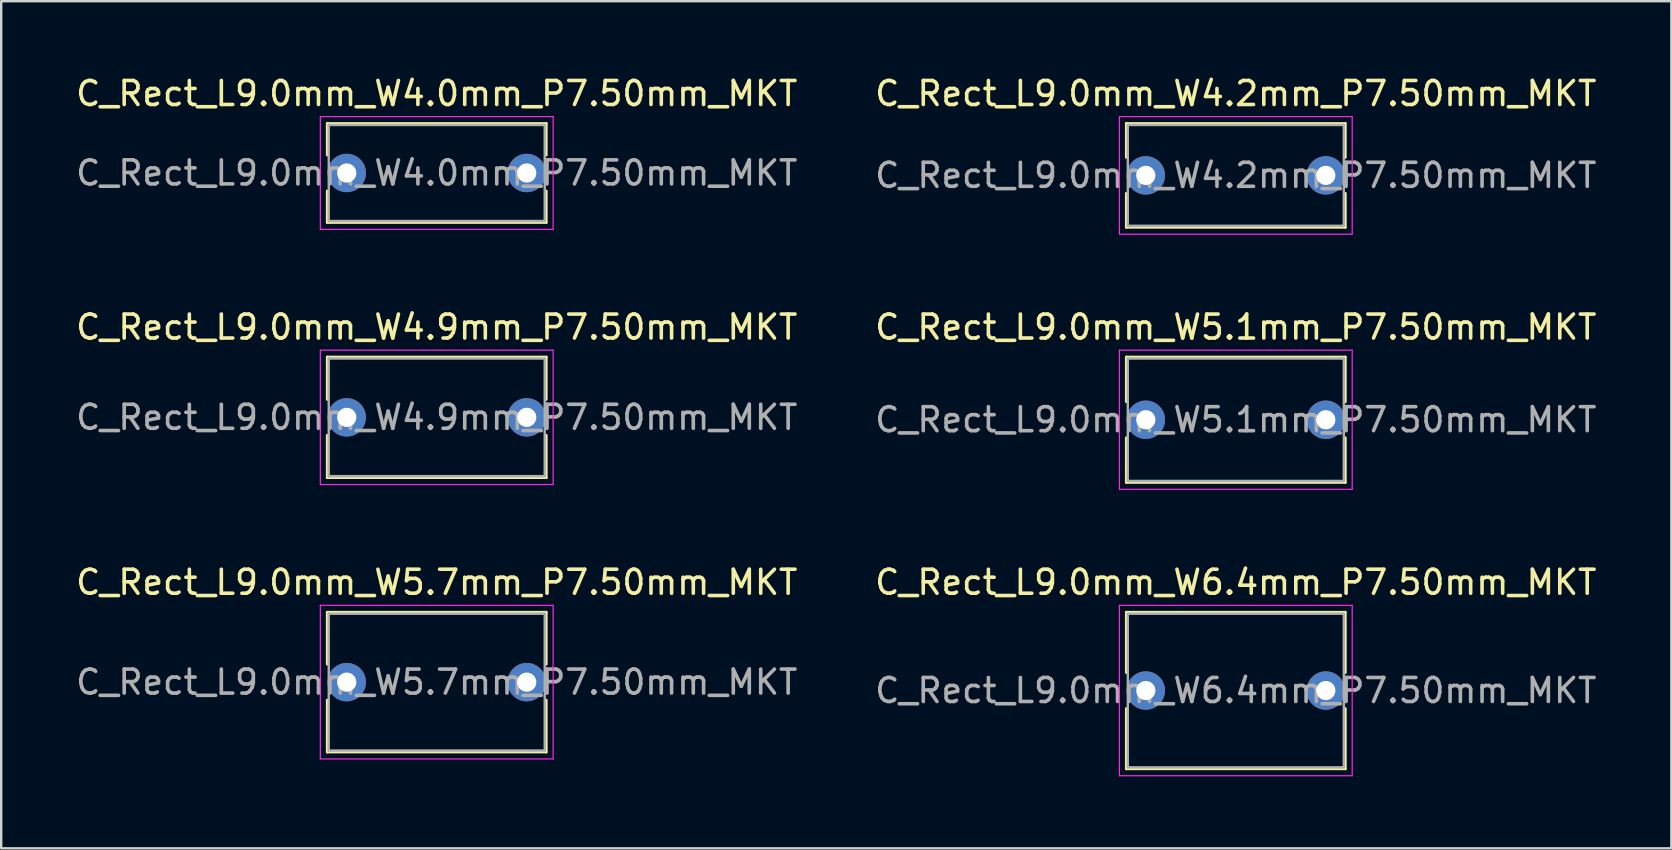
<source format=kicad_pcb>
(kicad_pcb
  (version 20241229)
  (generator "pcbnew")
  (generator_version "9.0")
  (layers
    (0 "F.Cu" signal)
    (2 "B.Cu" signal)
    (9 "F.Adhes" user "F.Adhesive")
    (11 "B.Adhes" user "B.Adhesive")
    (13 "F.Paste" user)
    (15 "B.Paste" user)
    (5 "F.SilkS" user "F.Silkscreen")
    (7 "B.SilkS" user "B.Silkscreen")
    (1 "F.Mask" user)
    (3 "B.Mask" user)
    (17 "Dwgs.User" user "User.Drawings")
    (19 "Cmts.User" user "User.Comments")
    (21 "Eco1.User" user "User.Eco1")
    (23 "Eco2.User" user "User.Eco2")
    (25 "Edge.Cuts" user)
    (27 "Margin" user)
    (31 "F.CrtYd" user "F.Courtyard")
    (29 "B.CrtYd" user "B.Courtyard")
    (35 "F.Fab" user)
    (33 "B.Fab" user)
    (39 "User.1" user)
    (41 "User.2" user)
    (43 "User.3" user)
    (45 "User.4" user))
  (footprint "C_Rect_L9.0mm_W6.4mm_P7.50mm_MKT"
    (layer "F.Cu")
    (at 44.696 25.725)
    (property "Reference" "C_Rect_L9.0mm_W6.4mm_P7.50mm_MKT" (at 3.75 -4.51 0) (layer "F.SilkS") (effects (font (size 1 1) (thickness 0.15))))
    (attr through_hole)
    (fp_line (start -0.81 -3.26) (end -0.81 -0.75) (stroke (width 0.12) (type solid)) (layer "F.SilkS"))
    (fp_line (start -0.81 -3.26) (end 8.31 -3.26) (stroke (width 0.12) (type solid)) (layer "F.SilkS"))
    (fp_line (start -0.81 0.75) (end -0.81 3.26) (stroke (width 0.12) (type solid)) (layer "F.SilkS"))
    (fp_line (start -0.81 3.26) (end 8.31 3.26) (stroke (width 0.12) (type solid)) (layer "F.SilkS"))
    (fp_line (start 8.31 -3.26) (end 8.31 -0.75) (stroke (width 0.12) (type solid)) (layer "F.SilkS"))
    (fp_line (start 8.31 0.75) (end 8.31 3.26) (stroke (width 0.12) (type solid)) (layer "F.SilkS"))
    (fp_line (start -1.1 -3.55) (end -1.1 3.55) (stroke (width 0.05) (type solid)) (layer "F.CrtYd"))
    (fp_line (start -1.1 3.55) (end 8.6 3.55) (stroke (width 0.05) (type solid)) (layer "F.CrtYd"))
    (fp_line (start 8.6 -3.55) (end -1.1 -3.55) (stroke (width 0.05) (type solid)) (layer "F.CrtYd"))
    (fp_line (start 8.6 3.55) (end 8.6 -3.55) (stroke (width 0.05) (type solid)) (layer "F.CrtYd"))
    (fp_line (start -0.75 -3.2) (end -0.75 3.2) (stroke (width 0.1) (type solid)) (layer "F.Fab"))
    (fp_line (start -0.75 3.2) (end 8.25 3.2) (stroke (width 0.1) (type solid)) (layer "F.Fab"))
    (fp_line (start 8.25 -3.2) (end -0.75 -3.2) (stroke (width 0.1) (type solid)) (layer "F.Fab"))
    (fp_line (start 8.25 3.2) (end 8.25 -3.2) (stroke (width 0.1) (type solid)) (layer "F.Fab"))
    (fp_text user "${REFERENCE}" (at 3.75 0 0) (layer "F.Fab") (effects (font (size 1 1) (thickness 0.15))))
    (pad "1" thru_hole circle (at 0 0) (size 1.6 1.6) (drill 0.8) (layers "*.Cu" "*.Mask"))
    (pad "2" thru_hole circle (at 7.5 0) (size 1.6 1.6) (drill 0.8) (layers "*.Cu" "*.Mask")))
  (footprint "C_Rect_L9.0mm_W4.9mm_P7.50mm_MKT"
    (layer "F.Cu")
    (at 11.399 14.341)
    (property "Reference" "C_Rect_L9.0mm_W4.9mm_P7.50mm_MKT" (at 3.75 -3.76 0) (layer "F.SilkS") (effects (font (size 1 1) (thickness 0.15))))
    (attr through_hole)
    (fp_line (start -0.81 -2.51) (end -0.81 -0.75) (stroke (width 0.12) (type solid)) (layer "F.SilkS"))
    (fp_line (start -0.81 -2.51) (end 8.31 -2.51) (stroke (width 0.12) (type solid)) (layer "F.SilkS"))
    (fp_line (start -0.81 0.75) (end -0.81 2.51) (stroke (width 0.12) (type solid)) (layer "F.SilkS"))
    (fp_line (start -0.81 2.51) (end 8.31 2.51) (stroke (width 0.12) (type solid)) (layer "F.SilkS"))
    (fp_line (start 8.31 -2.51) (end 8.31 -0.75) (stroke (width 0.12) (type solid)) (layer "F.SilkS"))
    (fp_line (start 8.31 0.75) (end 8.31 2.51) (stroke (width 0.12) (type solid)) (layer "F.SilkS"))
    (fp_line (start -1.1 -2.8) (end -1.1 2.8) (stroke (width 0.05) (type solid)) (layer "F.CrtYd"))
    (fp_line (start -1.1 2.8) (end 8.6 2.8) (stroke (width 0.05) (type solid)) (layer "F.CrtYd"))
    (fp_line (start 8.6 -2.8) (end -1.1 -2.8) (stroke (width 0.05) (type solid)) (layer "F.CrtYd"))
    (fp_line (start 8.6 2.8) (end 8.6 -2.8) (stroke (width 0.05) (type solid)) (layer "F.CrtYd"))
    (fp_line (start -0.75 -2.45) (end -0.75 2.45) (stroke (width 0.1) (type solid)) (layer "F.Fab"))
    (fp_line (start -0.75 2.45) (end 8.25 2.45) (stroke (width 0.1) (type solid)) (layer "F.Fab"))
    (fp_line (start 8.25 -2.45) (end -0.75 -2.45) (stroke (width 0.1) (type solid)) (layer "F.Fab"))
    (fp_line (start 8.25 2.45) (end 8.25 -2.45) (stroke (width 0.1) (type solid)) (layer "F.Fab"))
    (fp_text user "${REFERENCE}" (at 3.75 0 0) (layer "F.Fab") (effects (font (size 1 1) (thickness 0.15))))
    (pad "1" thru_hole circle (at 0 0) (size 1.6 1.6) (drill 0.8) (layers "*.Cu" "*.Mask"))
    (pad "2" thru_hole circle (at 7.5 0) (size 1.6 1.6) (drill 0.8) (layers "*.Cu" "*.Mask")))
  (footprint "C_Rect_L9.0mm_W5.1mm_P7.50mm_MKT"
    (layer "F.Cu")
    (at 44.696 14.441)
    (property "Reference" "C_Rect_L9.0mm_W5.1mm_P7.50mm_MKT" (at 3.75 -3.86 0) (layer "F.SilkS") (effects (font (size 1 1) (thickness 0.15))))
    (attr through_hole)
    (fp_line (start -0.81 -2.61) (end -0.81 -0.75) (stroke (width 0.12) (type solid)) (layer "F.SilkS"))
    (fp_line (start -0.81 -2.61) (end 8.31 -2.61) (stroke (width 0.12) (type solid)) (layer "F.SilkS"))
    (fp_line (start -0.81 0.75) (end -0.81 2.61) (stroke (width 0.12) (type solid)) (layer "F.SilkS"))
    (fp_line (start -0.81 2.61) (end 8.31 2.61) (stroke (width 0.12) (type solid)) (layer "F.SilkS"))
    (fp_line (start 8.31 -2.61) (end 8.31 -0.75) (stroke (width 0.12) (type solid)) (layer "F.SilkS"))
    (fp_line (start 8.31 0.75) (end 8.31 2.61) (stroke (width 0.12) (type solid)) (layer "F.SilkS"))
    (fp_line (start -1.1 -2.9) (end -1.1 2.9) (stroke (width 0.05) (type solid)) (layer "F.CrtYd"))
    (fp_line (start -1.1 2.9) (end 8.6 2.9) (stroke (width 0.05) (type solid)) (layer "F.CrtYd"))
    (fp_line (start 8.6 -2.9) (end -1.1 -2.9) (stroke (width 0.05) (type solid)) (layer "F.CrtYd"))
    (fp_line (start 8.6 2.9) (end 8.6 -2.9) (stroke (width 0.05) (type solid)) (layer "F.CrtYd"))
    (fp_line (start -0.75 -2.55) (end -0.75 2.55) (stroke (width 0.1) (type solid)) (layer "F.Fab"))
    (fp_line (start -0.75 2.55) (end 8.25 2.55) (stroke (width 0.1) (type solid)) (layer "F.Fab"))
    (fp_line (start 8.25 -2.55) (end -0.75 -2.55) (stroke (width 0.1) (type solid)) (layer "F.Fab"))
    (fp_line (start 8.25 2.55) (end 8.25 -2.55) (stroke (width 0.1) (type solid)) (layer "F.Fab"))
    (fp_text user "${REFERENCE}" (at 3.75 0 0) (layer "F.Fab") (effects (font (size 1 1) (thickness 0.15))))
    (pad "1" thru_hole circle (at 0 0) (size 1.6 1.6) (drill 0.8) (layers "*.Cu" "*.Mask"))
    (pad "2" thru_hole circle (at 7.5 0) (size 1.6 1.6) (drill 0.8) (layers "*.Cu" "*.Mask")))
  (footprint "C_Rect_L9.0mm_W4.0mm_P7.50mm_MKT"
    (layer "F.Cu")
    (at 11.399 4.158)
    (property "Reference" "C_Rect_L9.0mm_W4.0mm_P7.50mm_MKT" (at 3.75 -3.31 0) (layer "F.SilkS") (effects (font (size 1 1) (thickness 0.15))))
    (attr through_hole)
    (fp_line (start -0.81 -2.06) (end -0.81 -0.75) (stroke (width 0.12) (type solid)) (layer "F.SilkS"))
    (fp_line (start -0.81 -2.06) (end 8.31 -2.06) (stroke (width 0.12) (type solid)) (layer "F.SilkS"))
    (fp_line (start -0.81 0.75) (end -0.81 2.06) (stroke (width 0.12) (type solid)) (layer "F.SilkS"))
    (fp_line (start -0.81 2.06) (end 8.31 2.06) (stroke (width 0.12) (type solid)) (layer "F.SilkS"))
    (fp_line (start 8.31 -2.06) (end 8.31 -0.75) (stroke (width 0.12) (type solid)) (layer "F.SilkS"))
    (fp_line (start 8.31 0.75) (end 8.31 2.06) (stroke (width 0.12) (type solid)) (layer "F.SilkS"))
    (fp_line (start -1.1 -2.35) (end -1.1 2.35) (stroke (width 0.05) (type solid)) (layer "F.CrtYd"))
    (fp_line (start -1.1 2.35) (end 8.6 2.35) (stroke (width 0.05) (type solid)) (layer "F.CrtYd"))
    (fp_line (start 8.6 -2.35) (end -1.1 -2.35) (stroke (width 0.05) (type solid)) (layer "F.CrtYd"))
    (fp_line (start 8.6 2.35) (end 8.6 -2.35) (stroke (width 0.05) (type solid)) (layer "F.CrtYd"))
    (fp_line (start -0.75 -2) (end -0.75 2) (stroke (width 0.1) (type solid)) (layer "F.Fab"))
    (fp_line (start -0.75 2) (end 8.25 2) (stroke (width 0.1) (type solid)) (layer "F.Fab"))
    (fp_line (start 8.25 -2) (end -0.75 -2) (stroke (width 0.1) (type solid)) (layer "F.Fab"))
    (fp_line (start 8.25 2) (end 8.25 -2) (stroke (width 0.1) (type solid)) (layer "F.Fab"))
    (fp_text user "${REFERENCE}" (at 3.75 0 0) (layer "F.Fab") (effects (font (size 1 1) (thickness 0.15))))
    (pad "1" thru_hole circle (at 0 0) (size 1.6 1.6) (drill 0.8) (layers "*.Cu" "*.Mask"))
    (pad "2" thru_hole circle (at 7.5 0) (size 1.6 1.6) (drill 0.8) (layers "*.Cu" "*.Mask")))
  (footprint "C_Rect_L9.0mm_W4.2mm_P7.50mm_MKT"
    (layer "F.Cu")
    (at 44.696 4.258)
    (property "Reference" "C_Rect_L9.0mm_W4.2mm_P7.50mm_MKT" (at 3.75 -3.41 0) (layer "F.SilkS") (effects (font (size 1 1) (thickness 0.15))))
    (attr through_hole)
    (fp_line (start -0.81 -2.16) (end -0.81 -0.75) (stroke (width 0.12) (type solid)) (layer "F.SilkS"))
    (fp_line (start -0.81 -2.16) (end 8.31 -2.16) (stroke (width 0.12) (type solid)) (layer "F.SilkS"))
    (fp_line (start -0.81 0.75) (end -0.81 2.16) (stroke (width 0.12) (type solid)) (layer "F.SilkS"))
    (fp_line (start -0.81 2.16) (end 8.31 2.16) (stroke (width 0.12) (type solid)) (layer "F.SilkS"))
    (fp_line (start 8.31 -2.16) (end 8.31 -0.75) (stroke (width 0.12) (type solid)) (layer "F.SilkS"))
    (fp_line (start 8.31 0.75) (end 8.31 2.16) (stroke (width 0.12) (type solid)) (layer "F.SilkS"))
    (fp_line (start -1.1 -2.45) (end -1.1 2.45) (stroke (width 0.05) (type solid)) (layer "F.CrtYd"))
    (fp_line (start -1.1 2.45) (end 8.6 2.45) (stroke (width 0.05) (type solid)) (layer "F.CrtYd"))
    (fp_line (start 8.6 -2.45) (end -1.1 -2.45) (stroke (width 0.05) (type solid)) (layer "F.CrtYd"))
    (fp_line (start 8.6 2.45) (end 8.6 -2.45) (stroke (width 0.05) (type solid)) (layer "F.CrtYd"))
    (fp_line (start -0.75 -2.1) (end -0.75 2.1) (stroke (width 0.1) (type solid)) (layer "F.Fab"))
    (fp_line (start -0.75 2.1) (end 8.25 2.1) (stroke (width 0.1) (type solid)) (layer "F.Fab"))
    (fp_line (start 8.25 -2.1) (end -0.75 -2.1) (stroke (width 0.1) (type solid)) (layer "F.Fab"))
    (fp_line (start 8.25 2.1) (end 8.25 -2.1) (stroke (width 0.1) (type solid)) (layer "F.Fab"))
    (fp_text user "${REFERENCE}" (at 3.75 0 0) (layer "F.Fab") (effects (font (size 1 1) (thickness 0.15))))
    (pad "1" thru_hole circle (at 0 0) (size 1.6 1.6) (drill 0.8) (layers "*.Cu" "*.Mask"))
    (pad "2" thru_hole circle (at 7.5 0) (size 1.6 1.6) (drill 0.8) (layers "*.Cu" "*.Mask")))
  (footprint "C_Rect_L9.0mm_W5.7mm_P7.50mm_MKT"
    (layer "F.Cu")
    (at 11.399 25.375)
    (property "Reference" "C_Rect_L9.0mm_W5.7mm_P7.50mm_MKT" (at 3.75 -4.16 0) (layer "F.SilkS") (effects (font (size 1 1) (thickness 0.15))))
    (attr through_hole)
    (fp_line (start -0.81 -2.91) (end -0.81 -0.75) (stroke (width 0.12) (type solid)) (layer "F.SilkS"))
    (fp_line (start -0.81 -2.91) (end 8.31 -2.91) (stroke (width 0.12) (type solid)) (layer "F.SilkS"))
    (fp_line (start -0.81 0.75) (end -0.81 2.91) (stroke (width 0.12) (type solid)) (layer "F.SilkS"))
    (fp_line (start -0.81 2.91) (end 8.31 2.91) (stroke (width 0.12) (type solid)) (layer "F.SilkS"))
    (fp_line (start 8.31 -2.91) (end 8.31 -0.75) (stroke (width 0.12) (type solid)) (layer "F.SilkS"))
    (fp_line (start 8.31 0.75) (end 8.31 2.91) (stroke (width 0.12) (type solid)) (layer "F.SilkS"))
    (fp_line (start -1.1 -3.2) (end -1.1 3.2) (stroke (width 0.05) (type solid)) (layer "F.CrtYd"))
    (fp_line (start -1.1 3.2) (end 8.6 3.2) (stroke (width 0.05) (type solid)) (layer "F.CrtYd"))
    (fp_line (start 8.6 -3.2) (end -1.1 -3.2) (stroke (width 0.05) (type solid)) (layer "F.CrtYd"))
    (fp_line (start 8.6 3.2) (end 8.6 -3.2) (stroke (width 0.05) (type solid)) (layer "F.CrtYd"))
    (fp_line (start -0.75 -2.85) (end -0.75 2.85) (stroke (width 0.1) (type solid)) (layer "F.Fab"))
    (fp_line (start -0.75 2.85) (end 8.25 2.85) (stroke (width 0.1) (type solid)) (layer "F.Fab"))
    (fp_line (start 8.25 -2.85) (end -0.75 -2.85) (stroke (width 0.1) (type solid)) (layer "F.Fab"))
    (fp_line (start 8.25 2.85) (end 8.25 -2.85) (stroke (width 0.1) (type solid)) (layer "F.Fab"))
    (fp_text user "${REFERENCE}" (at 3.75 0 0) (layer "F.Fab") (effects (font (size 1 1) (thickness 0.15))))
    (pad "1" thru_hole circle (at 0 0) (size 1.6 1.6) (drill 0.8) (layers "*.Cu" "*.Mask"))
    (pad "2" thru_hole circle (at 7.5 0) (size 1.6 1.6) (drill 0.8) (layers "*.Cu" "*.Mask")))
  (gr_rect
    (start -3 -3)
    (end 66.595 32.3)
    (stroke (width 0.1) (type default))
    (fill no)
    (layer "Edge.Cuts")))
</source>
